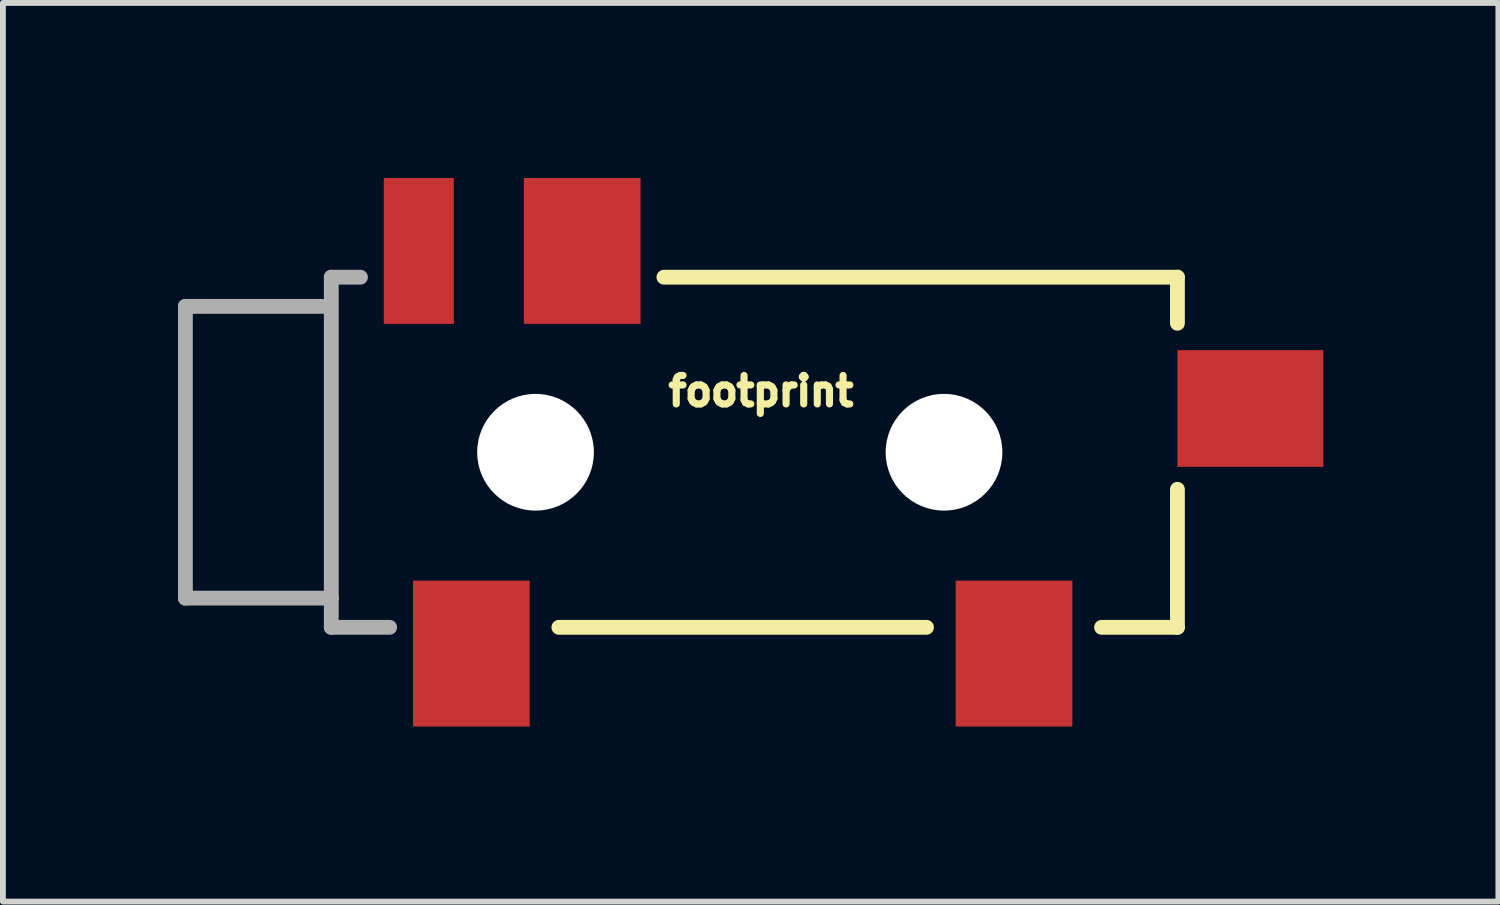
<source format=kicad_pcb>
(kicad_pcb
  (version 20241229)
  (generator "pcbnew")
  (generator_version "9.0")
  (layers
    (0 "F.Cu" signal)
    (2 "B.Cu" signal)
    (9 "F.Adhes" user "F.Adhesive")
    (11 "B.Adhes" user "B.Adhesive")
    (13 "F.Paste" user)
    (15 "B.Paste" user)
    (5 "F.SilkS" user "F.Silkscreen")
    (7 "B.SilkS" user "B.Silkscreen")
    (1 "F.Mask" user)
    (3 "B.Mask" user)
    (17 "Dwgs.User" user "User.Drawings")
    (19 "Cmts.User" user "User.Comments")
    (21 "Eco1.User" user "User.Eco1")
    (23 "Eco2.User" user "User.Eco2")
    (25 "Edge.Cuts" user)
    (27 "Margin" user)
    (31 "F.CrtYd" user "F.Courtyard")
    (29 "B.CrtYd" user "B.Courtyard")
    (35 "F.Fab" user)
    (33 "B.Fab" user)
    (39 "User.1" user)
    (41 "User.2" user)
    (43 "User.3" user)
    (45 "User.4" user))
  (footprint "footprint"
    (layer "F.Cu")
    (at 2.627 4.7)
    (property "Reference" "footprint" (at 5.715 -0.762 0) (layer "F.SilkS") (effects (font (size 0.488 0.488) (thickness 0.122)) (justify left bottom)))
    (fp_line (start 3.9 3) (end 10.2 3) (stroke (width 0.254) (type solid)) (layer "F.SilkS"))
    (fp_line (start 14.5 -3) (end 5.7 -3) (stroke (width 0.254) (type solid)) (layer "F.SilkS"))
    (fp_line (start 14.5 -2.21) (end 14.5 -3) (stroke (width 0.254) (type solid)) (layer "F.SilkS"))
    (fp_line (start 14.5 0.635) (end 14.5 3) (stroke (width 0.254) (type solid)) (layer "F.SilkS"))
    (fp_line (start 14.5 3) (end 13.2 3) (stroke (width 0.254) (type solid)) (layer "F.SilkS"))
    (fp_line (start -2.5 -2.5) (end -2.5 2.5) (stroke (width 0.254) (type solid)) (layer "F.Fab"))
    (fp_line (start -2.5 2.5) (end 0 2.5) (stroke (width 0.254) (type solid)) (layer "F.Fab"))
    (fp_line (start -0.152 -2.5) (end -2.5 -2.5) (stroke (width 0.254) (type solid)) (layer "F.Fab"))
    (fp_line (start 0 -3) (end 0 2.5) (stroke (width 0.254) (type solid)) (layer "F.Fab"))
    (fp_line (start 0 2.5) (end 0 3) (stroke (width 0.254) (type solid)) (layer "F.Fab"))
    (fp_line (start 0 3) (end 1 3) (stroke (width 0.254) (type solid)) (layer "F.Fab"))
    (fp_line (start 0.5 -3) (end 0 -3) (stroke (width 0.254) (type solid)) (layer "F.Fab"))
    (pad "" np_thru_hole circle (at 3.5 0) (size 2 2) (drill 2) (layers "*.Cu" "*.Mask"))
    (pad "" np_thru_hole circle (at 10.5 0) (size 2 2) (drill 2) (layers "*.Cu" "*.Mask"))
    (pad "RING" smd rect (at 4.3 -3.45) (size 2 2.5) (layers "F.Cu" "F.Mask" "F.Paste"))
    (pad "RSH" smd rect (at 1.5 -3.45 180) (size 1.2 2.5) (layers "F.Cu" "F.Mask" "F.Paste"))
    (pad "SLEEVE" smd rect (at 2.4 3.45) (size 2 2.5) (layers "F.Cu" "F.Mask" "F.Paste"))
    (pad "TIP" smd rect (at 11.7 3.45) (size 2 2.5) (layers "F.Cu" "F.Mask" "F.Paste"))
    (pad "TSH" smd rect (at 15.75 -0.75 90) (size 2 2.5) (layers "F.Cu" "F.Mask" "F.Paste")))
  (gr_rect
    (start -3 -3)
    (end 22.627 12.4)
    (stroke (width 0.1) (type default))
    (fill no)
    (layer "Edge.Cuts")))
</source>
